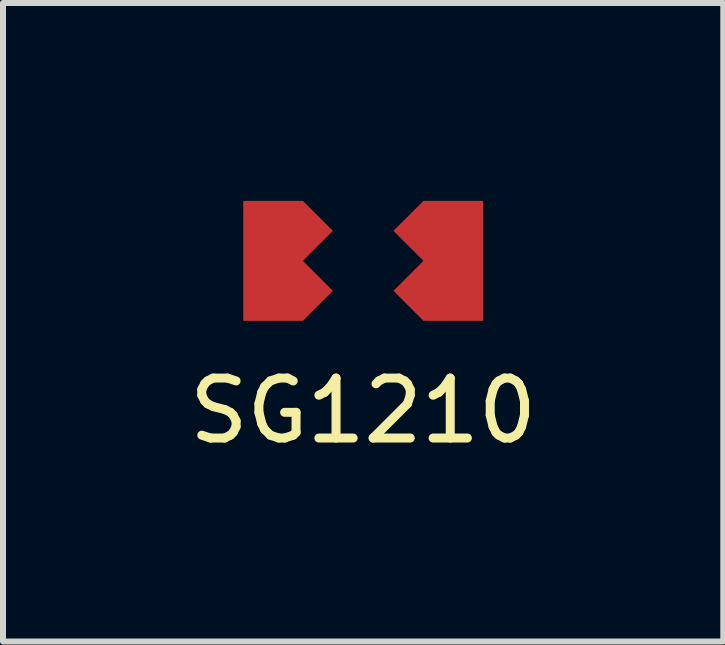
<source format=kicad_pcb>
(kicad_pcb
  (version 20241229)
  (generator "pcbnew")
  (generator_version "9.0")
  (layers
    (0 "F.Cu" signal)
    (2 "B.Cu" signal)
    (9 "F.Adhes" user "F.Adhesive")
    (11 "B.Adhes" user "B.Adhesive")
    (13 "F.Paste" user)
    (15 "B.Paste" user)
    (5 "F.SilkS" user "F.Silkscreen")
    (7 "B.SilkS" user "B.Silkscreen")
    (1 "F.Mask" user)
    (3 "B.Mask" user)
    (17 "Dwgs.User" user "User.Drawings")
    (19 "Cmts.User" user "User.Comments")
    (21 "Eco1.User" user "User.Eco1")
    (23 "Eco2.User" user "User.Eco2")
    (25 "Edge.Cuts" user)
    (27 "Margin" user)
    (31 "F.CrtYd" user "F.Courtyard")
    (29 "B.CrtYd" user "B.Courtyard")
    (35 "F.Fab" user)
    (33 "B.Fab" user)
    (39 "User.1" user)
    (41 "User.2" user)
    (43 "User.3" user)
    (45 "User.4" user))
  (footprint "SG1210"
    (layer "F.Cu")
    (at 3.006 1.3)
    (property "Reference" "SG1210" (at 0 2.5 0) (layer "F.SilkS") (effects (font (size 1 1) (thickness 0.15))))
    (attr through_hole)
    (fp_poly (pts (xy -1.5 -1.25) (xy 1.5 -1.25) (xy 1.5 1.25) (xy -1.5 1.25)) (stroke (width 0.1) (type solid)) (fill yes) (layer "F.Mask"))
    (pad "1" smd trapezoid (at -1.5 0) (size 1 2) (layers "F.Cu" "F.Mask" "F.Paste"))
    (pad "1" smd trapezoid (at -1 -0.5 45) (size 0.7 0.7) (layers "F.Cu" "F.Mask" "F.Paste"))
    (pad "1" smd trapezoid (at -1 0.5 45) (size 0.7 0.7) (layers "F.Cu" "F.Mask" "F.Paste"))
    (pad "2" smd trapezoid (at 1 -0.5 45) (size 0.7 0.7) (layers "F.Cu" "F.Mask" "F.Paste"))
    (pad "2" smd trapezoid (at 1 0.5 45) (size 0.7 0.7) (layers "F.Cu" "F.Mask" "F.Paste"))
    (pad "2" smd trapezoid (at 1.5 0) (size 1 2) (layers "F.Cu" "F.Mask" "F.Paste")))
  (gr_rect
    (start -3 -3)
    (end 9.012 7.648)
    (stroke (width 0.1) (type default))
    (fill no)
    (layer "Edge.Cuts")))
</source>
